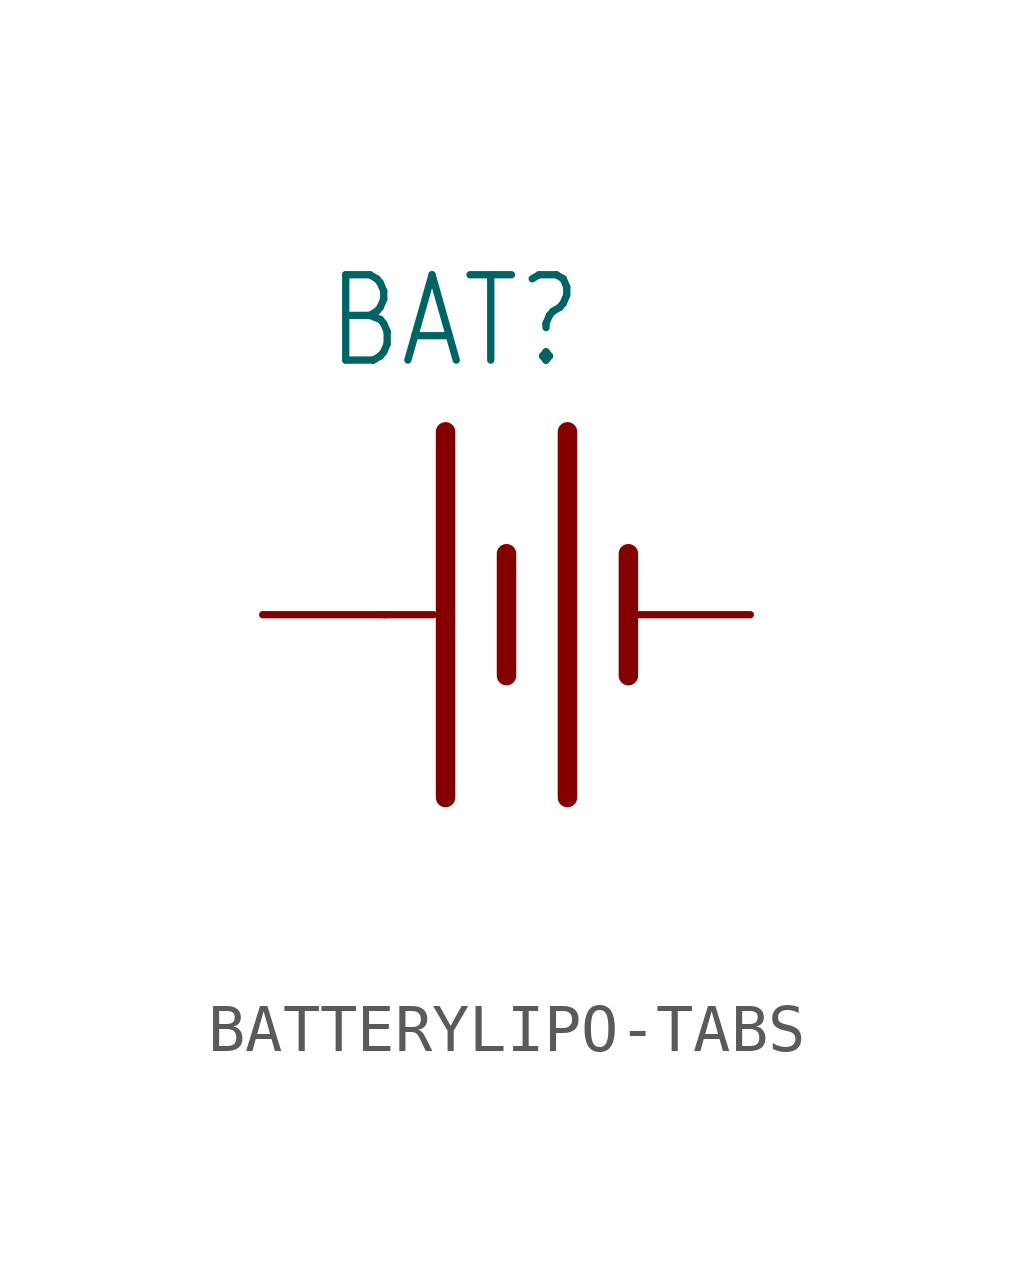
<source format=kicad_sym>
(kicad_symbol_lib
  (version 20220914)
  (generator kicad_symbol_editor)
  (symbol "BATTERYLIPO-TABS"
    (property "Reference" "BAT"
      (at -3.81 5.08 0)
      (effects (font (size 1.778 1.511)) (justify left bottom)))
    (property "Value" ""
      (at -3.81 -6.35 0)
      (effects (font (size 1.778 1.511)) (justify left bottom)))
    (property "ki_locked" ""
      (at 0 0 0)
      (effects (font (size 1.27 1.27))))
    (symbol "BATTERYLIPO-TABS_1_0"
      (polyline (pts (xy -2.54 0) (xy -1.524 0)) (stroke (width 0.152) (type solid)) (fill (type none)))
      (polyline (pts (xy -1.27 3.81) (xy -1.27 -3.81)) (stroke (width 0.406) (type solid)) (fill (type none)))
      (polyline (pts (xy 0 1.27) (xy 0 -1.27)) (stroke (width 0.406) (type solid)) (fill (type none)))
      (polyline (pts (xy 1.27 3.81) (xy 1.27 -3.81)) (stroke (width 0.406) (type solid)) (fill (type none)))
      (polyline (pts (xy 2.54 1.27) (xy 2.54 -1.27)) (stroke (width 0.406) (type solid)) (fill (type none)))
      (pin power_in line (at -5.08 0 0) (length 2.54) (name "+" (effects (font (size 0 0)))) (number "+" (effects (font (size 0 0)))))
      (pin power_in line (at 5.08 0 180) (length 2.54) (name "-" (effects (font (size 0 0)))) (number "-" (effects (font (size 0 0))))))))
</source>
